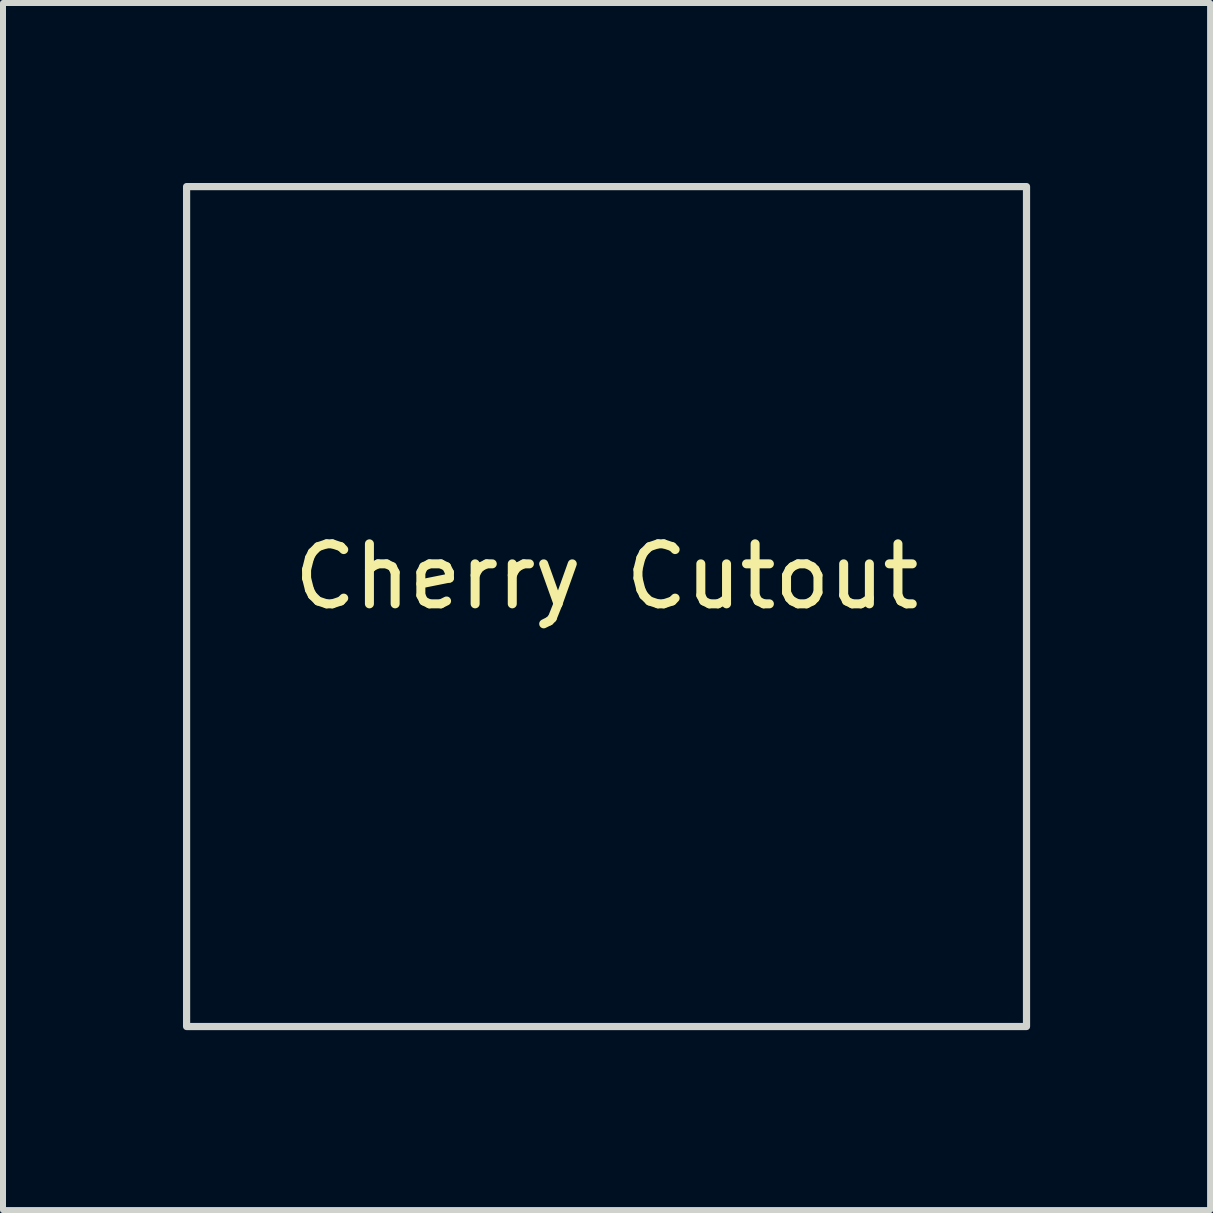
<source format=kicad_pcb>
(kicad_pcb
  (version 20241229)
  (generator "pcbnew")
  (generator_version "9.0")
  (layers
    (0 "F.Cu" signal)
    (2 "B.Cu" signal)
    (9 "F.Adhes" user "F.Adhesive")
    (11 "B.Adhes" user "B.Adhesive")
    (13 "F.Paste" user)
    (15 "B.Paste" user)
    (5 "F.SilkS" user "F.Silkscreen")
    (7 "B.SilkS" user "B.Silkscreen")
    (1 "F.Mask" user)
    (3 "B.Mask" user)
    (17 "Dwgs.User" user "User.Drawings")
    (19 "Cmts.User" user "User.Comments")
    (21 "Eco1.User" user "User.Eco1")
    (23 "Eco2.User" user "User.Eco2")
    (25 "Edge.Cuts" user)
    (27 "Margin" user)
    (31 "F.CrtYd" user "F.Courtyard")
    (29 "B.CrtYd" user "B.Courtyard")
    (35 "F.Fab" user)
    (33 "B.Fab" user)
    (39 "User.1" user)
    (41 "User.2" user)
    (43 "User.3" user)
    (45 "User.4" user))
  (footprint "Cherry Cutout"
    (layer "F.Cu")
    (at 7.06 7.06)
    (property "Reference" "Cherry Cutout" (at 0 -0.5 0) (unlocked yes) (layer "F.SilkS") (effects (font (size 1 1) (thickness 0.15))))
    (fp_rect (start -7 7) (end 7 -7) (stroke (width 0.12) (type solid)) (fill no) (layer "Edge.Cuts")))
  (gr_rect
    (start -3 -3)
    (end 17.12 17.12)
    (stroke (width 0.1) (type default))
    (fill no)
    (layer "Edge.Cuts")))
</source>
